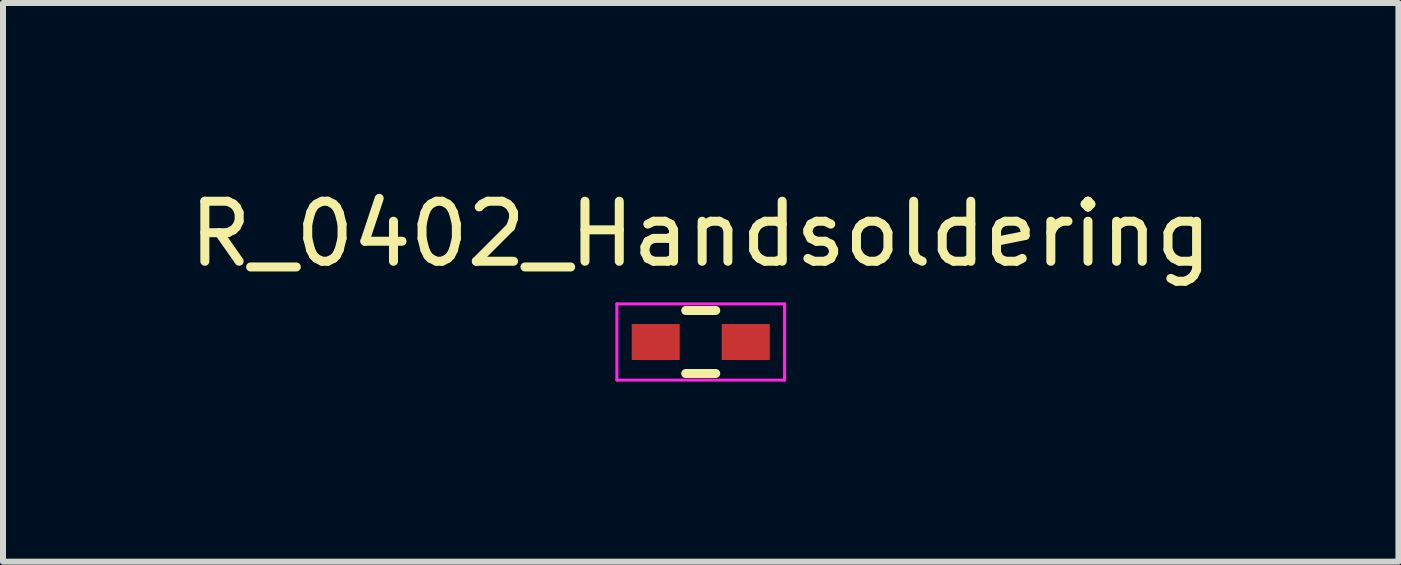
<source format=kicad_pcb>
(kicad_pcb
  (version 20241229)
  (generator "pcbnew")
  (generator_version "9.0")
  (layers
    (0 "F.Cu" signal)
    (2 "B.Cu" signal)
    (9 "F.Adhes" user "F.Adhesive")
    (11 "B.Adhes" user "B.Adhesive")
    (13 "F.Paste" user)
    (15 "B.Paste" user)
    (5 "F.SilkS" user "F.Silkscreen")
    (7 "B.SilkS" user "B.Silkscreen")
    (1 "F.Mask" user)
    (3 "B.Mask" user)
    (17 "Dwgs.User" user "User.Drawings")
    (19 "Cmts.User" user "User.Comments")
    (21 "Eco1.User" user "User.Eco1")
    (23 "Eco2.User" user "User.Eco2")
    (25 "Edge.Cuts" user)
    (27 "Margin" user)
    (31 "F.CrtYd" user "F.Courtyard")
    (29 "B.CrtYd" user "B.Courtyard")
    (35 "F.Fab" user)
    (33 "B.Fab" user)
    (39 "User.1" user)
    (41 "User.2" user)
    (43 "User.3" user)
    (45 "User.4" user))
  (footprint "R_0402_Handsoldering"
    (layer "F.Cu")
    (at 8.625 2.648)
    (property "Reference" "R_0402_Handsoldering" (at 0 -1.8 0) (layer "F.SilkS") (effects (font (size 1 1) (thickness 0.15))))
    (attr smd)
    (fp_line (start -0.25 0.525) (end 0.25 0.525) (stroke (width 0.15) (type solid)) (layer "F.SilkS"))
    (fp_line (start 0.25 -0.525) (end -0.25 -0.525) (stroke (width 0.15) (type solid)) (layer "F.SilkS"))
    (fp_line (start -1.397 -0.635) (end -1.397 0.635) (stroke (width 0.05) (type solid)) (layer "F.CrtYd"))
    (fp_line (start -1.397 -0.635) (end 1.397 -0.635) (stroke (width 0.05) (type solid)) (layer "F.CrtYd"))
    (fp_line (start -1.397 0.635) (end 1.397 0.635) (stroke (width 0.05) (type solid)) (layer "F.CrtYd"))
    (fp_line (start 1.397 -0.635) (end 1.397 0.635) (stroke (width 0.05) (type solid)) (layer "F.CrtYd"))
    (pad "1" smd rect (at -0.75 0) (size 0.8 0.6) (layers "F.Cu" "F.Mask" "F.Paste"))
    (pad "2" smd rect (at 0.75 0) (size 0.8 0.6) (layers "F.Cu" "F.Mask" "F.Paste")))
  (gr_rect
    (start -3 -3)
    (end 20.25 6.308)
    (stroke (width 0.1) (type default))
    (fill no)
    (layer "Edge.Cuts")))
</source>
